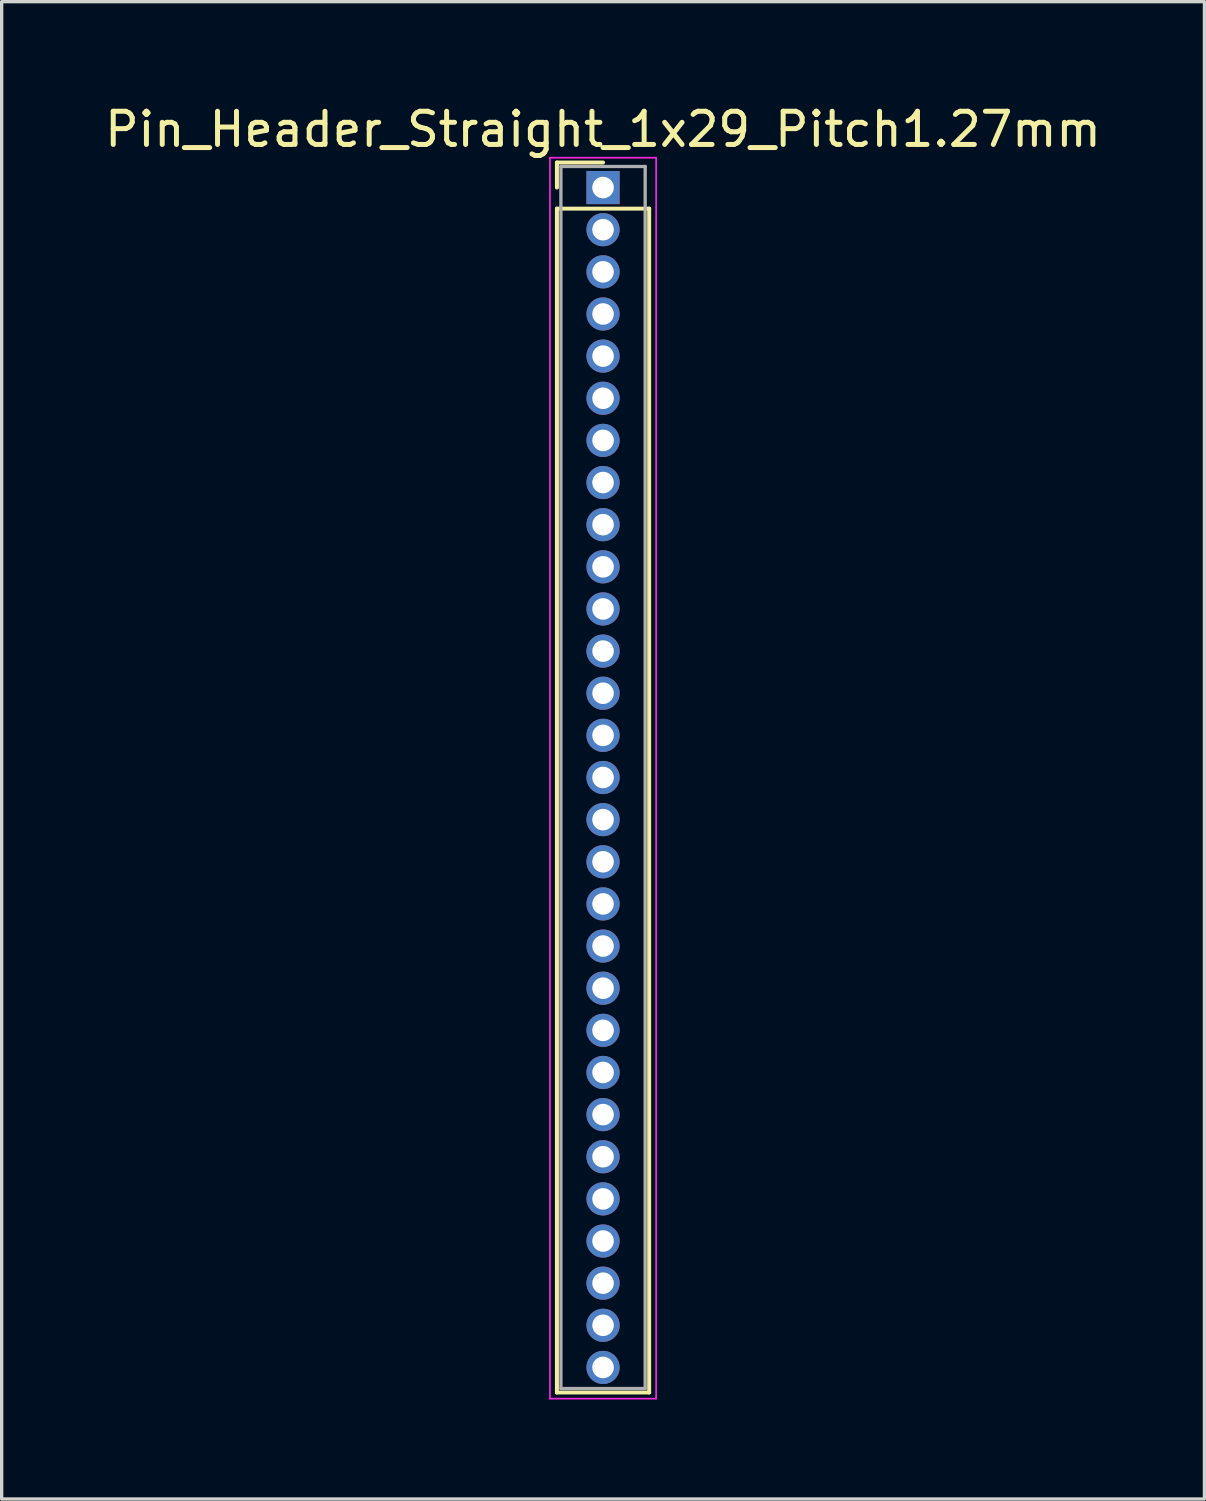
<source format=kicad_pcb>
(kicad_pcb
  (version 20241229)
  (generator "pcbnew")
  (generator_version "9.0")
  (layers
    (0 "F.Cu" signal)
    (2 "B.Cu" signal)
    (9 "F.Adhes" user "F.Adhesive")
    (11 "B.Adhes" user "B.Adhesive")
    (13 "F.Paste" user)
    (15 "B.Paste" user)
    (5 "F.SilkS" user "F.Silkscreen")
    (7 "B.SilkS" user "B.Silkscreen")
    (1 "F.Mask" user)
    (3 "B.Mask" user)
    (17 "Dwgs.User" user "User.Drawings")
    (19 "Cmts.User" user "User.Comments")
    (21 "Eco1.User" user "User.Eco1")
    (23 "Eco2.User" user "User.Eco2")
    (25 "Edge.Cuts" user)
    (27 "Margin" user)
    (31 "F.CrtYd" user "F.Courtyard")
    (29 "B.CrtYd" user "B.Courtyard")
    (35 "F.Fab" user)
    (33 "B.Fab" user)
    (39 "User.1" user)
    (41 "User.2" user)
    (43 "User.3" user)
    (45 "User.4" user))
  (footprint "Pin_Header_Straight_1x29_Pitch1.27mm"
    (layer "F.Cu")
    (at 15.125 2.603)
    (property "Reference" "Pin_Header_Straight_1x29_Pitch1.27mm" (at 0 -1.755 0) (layer "F.SilkS") (effects (font (size 1 1) (thickness 0.15))))
    (attr through_hole)
    (fp_line (start -1.39 -0.755) (end 0 -0.755) (stroke (width 0.12) (type solid)) (layer "F.SilkS"))
    (fp_line (start -1.39 0) (end -1.39 -0.755) (stroke (width 0.12) (type solid)) (layer "F.SilkS"))
    (fp_line (start -1.39 0.635) (end -1.39 36.315) (stroke (width 0.12) (type solid)) (layer "F.SilkS"))
    (fp_line (start -1.39 36.315) (end 1.39 36.315) (stroke (width 0.12) (type solid)) (layer "F.SilkS"))
    (fp_line (start 1.39 0.635) (end -1.39 0.635) (stroke (width 0.12) (type solid)) (layer "F.SilkS"))
    (fp_line (start 1.39 36.315) (end 1.39 0.635) (stroke (width 0.12) (type solid)) (layer "F.SilkS"))
    (fp_line (start -1.6 -0.9) (end -1.6 36.5) (stroke (width 0.05) (type solid)) (layer "F.CrtYd"))
    (fp_line (start -1.6 36.5) (end 1.6 36.5) (stroke (width 0.05) (type solid)) (layer "F.CrtYd"))
    (fp_line (start 1.6 -0.9) (end -1.6 -0.9) (stroke (width 0.05) (type solid)) (layer "F.CrtYd"))
    (fp_line (start 1.6 36.5) (end 1.6 -0.9) (stroke (width 0.05) (type solid)) (layer "F.CrtYd"))
    (fp_line (start -1.27 -0.635) (end -1.27 36.195) (stroke (width 0.1) (type solid)) (layer "F.Fab"))
    (fp_line (start -1.27 36.195) (end 1.27 36.195) (stroke (width 0.1) (type solid)) (layer "F.Fab"))
    (fp_line (start 1.27 -0.635) (end -1.27 -0.635) (stroke (width 0.1) (type solid)) (layer "F.Fab"))
    (fp_line (start 1.27 36.195) (end 1.27 -0.635) (stroke (width 0.1) (type solid)) (layer "F.Fab"))
    (pad "1" thru_hole rect (at 0 0) (size 1 1) (drill 0.65) (layers "*.Cu" "*.Mask"))
    (pad "2" thru_hole oval (at 0 1.27) (size 1 1) (drill 0.65) (layers "*.Cu" "*.Mask"))
    (pad "3" thru_hole oval (at 0 2.54) (size 1 1) (drill 0.65) (layers "*.Cu" "*.Mask"))
    (pad "4" thru_hole oval (at 0 3.81) (size 1 1) (drill 0.65) (layers "*.Cu" "*.Mask"))
    (pad "5" thru_hole oval (at 0 5.08) (size 1 1) (drill 0.65) (layers "*.Cu" "*.Mask"))
    (pad "6" thru_hole oval (at 0 6.35) (size 1 1) (drill 0.65) (layers "*.Cu" "*.Mask"))
    (pad "7" thru_hole oval (at 0 7.62) (size 1 1) (drill 0.65) (layers "*.Cu" "*.Mask"))
    (pad "8" thru_hole oval (at 0 8.89) (size 1 1) (drill 0.65) (layers "*.Cu" "*.Mask"))
    (pad "9" thru_hole oval (at 0 10.16) (size 1 1) (drill 0.65) (layers "*.Cu" "*.Mask"))
    (pad "10" thru_hole oval (at 0 11.43) (size 1 1) (drill 0.65) (layers "*.Cu" "*.Mask"))
    (pad "11" thru_hole oval (at 0 12.7) (size 1 1) (drill 0.65) (layers "*.Cu" "*.Mask"))
    (pad "12" thru_hole oval (at 0 13.97) (size 1 1) (drill 0.65) (layers "*.Cu" "*.Mask"))
    (pad "13" thru_hole oval (at 0 15.24) (size 1 1) (drill 0.65) (layers "*.Cu" "*.Mask"))
    (pad "14" thru_hole oval (at 0 16.51) (size 1 1) (drill 0.65) (layers "*.Cu" "*.Mask"))
    (pad "15" thru_hole oval (at 0 17.78) (size 1 1) (drill 0.65) (layers "*.Cu" "*.Mask"))
    (pad "16" thru_hole oval (at 0 19.05) (size 1 1) (drill 0.65) (layers "*.Cu" "*.Mask"))
    (pad "17" thru_hole oval (at 0 20.32) (size 1 1) (drill 0.65) (layers "*.Cu" "*.Mask"))
    (pad "18" thru_hole oval (at 0 21.59) (size 1 1) (drill 0.65) (layers "*.Cu" "*.Mask"))
    (pad "19" thru_hole oval (at 0 22.86) (size 1 1) (drill 0.65) (layers "*.Cu" "*.Mask"))
    (pad "20" thru_hole oval (at 0 24.13) (size 1 1) (drill 0.65) (layers "*.Cu" "*.Mask"))
    (pad "21" thru_hole oval (at 0 25.4) (size 1 1) (drill 0.65) (layers "*.Cu" "*.Mask"))
    (pad "22" thru_hole oval (at 0 26.67) (size 1 1) (drill 0.65) (layers "*.Cu" "*.Mask"))
    (pad "23" thru_hole oval (at 0 27.94) (size 1 1) (drill 0.65) (layers "*.Cu" "*.Mask"))
    (pad "24" thru_hole oval (at 0 29.21) (size 1 1) (drill 0.65) (layers "*.Cu" "*.Mask"))
    (pad "25" thru_hole oval (at 0 30.48) (size 1 1) (drill 0.65) (layers "*.Cu" "*.Mask"))
    (pad "26" thru_hole oval (at 0 31.75) (size 1 1) (drill 0.65) (layers "*.Cu" "*.Mask"))
    (pad "27" thru_hole oval (at 0 33.02) (size 1 1) (drill 0.65) (layers "*.Cu" "*.Mask"))
    (pad "28" thru_hole oval (at 0 34.29) (size 1 1) (drill 0.65) (layers "*.Cu" "*.Mask"))
    (pad "29" thru_hole oval (at 0 35.56) (size 1 1) (drill 0.65) (layers "*.Cu" "*.Mask")))
  (gr_rect
    (start -3 -3)
    (end 33.25 42.128)
    (stroke (width 0.1) (type default))
    (fill no)
    (layer "Edge.Cuts")))
</source>
